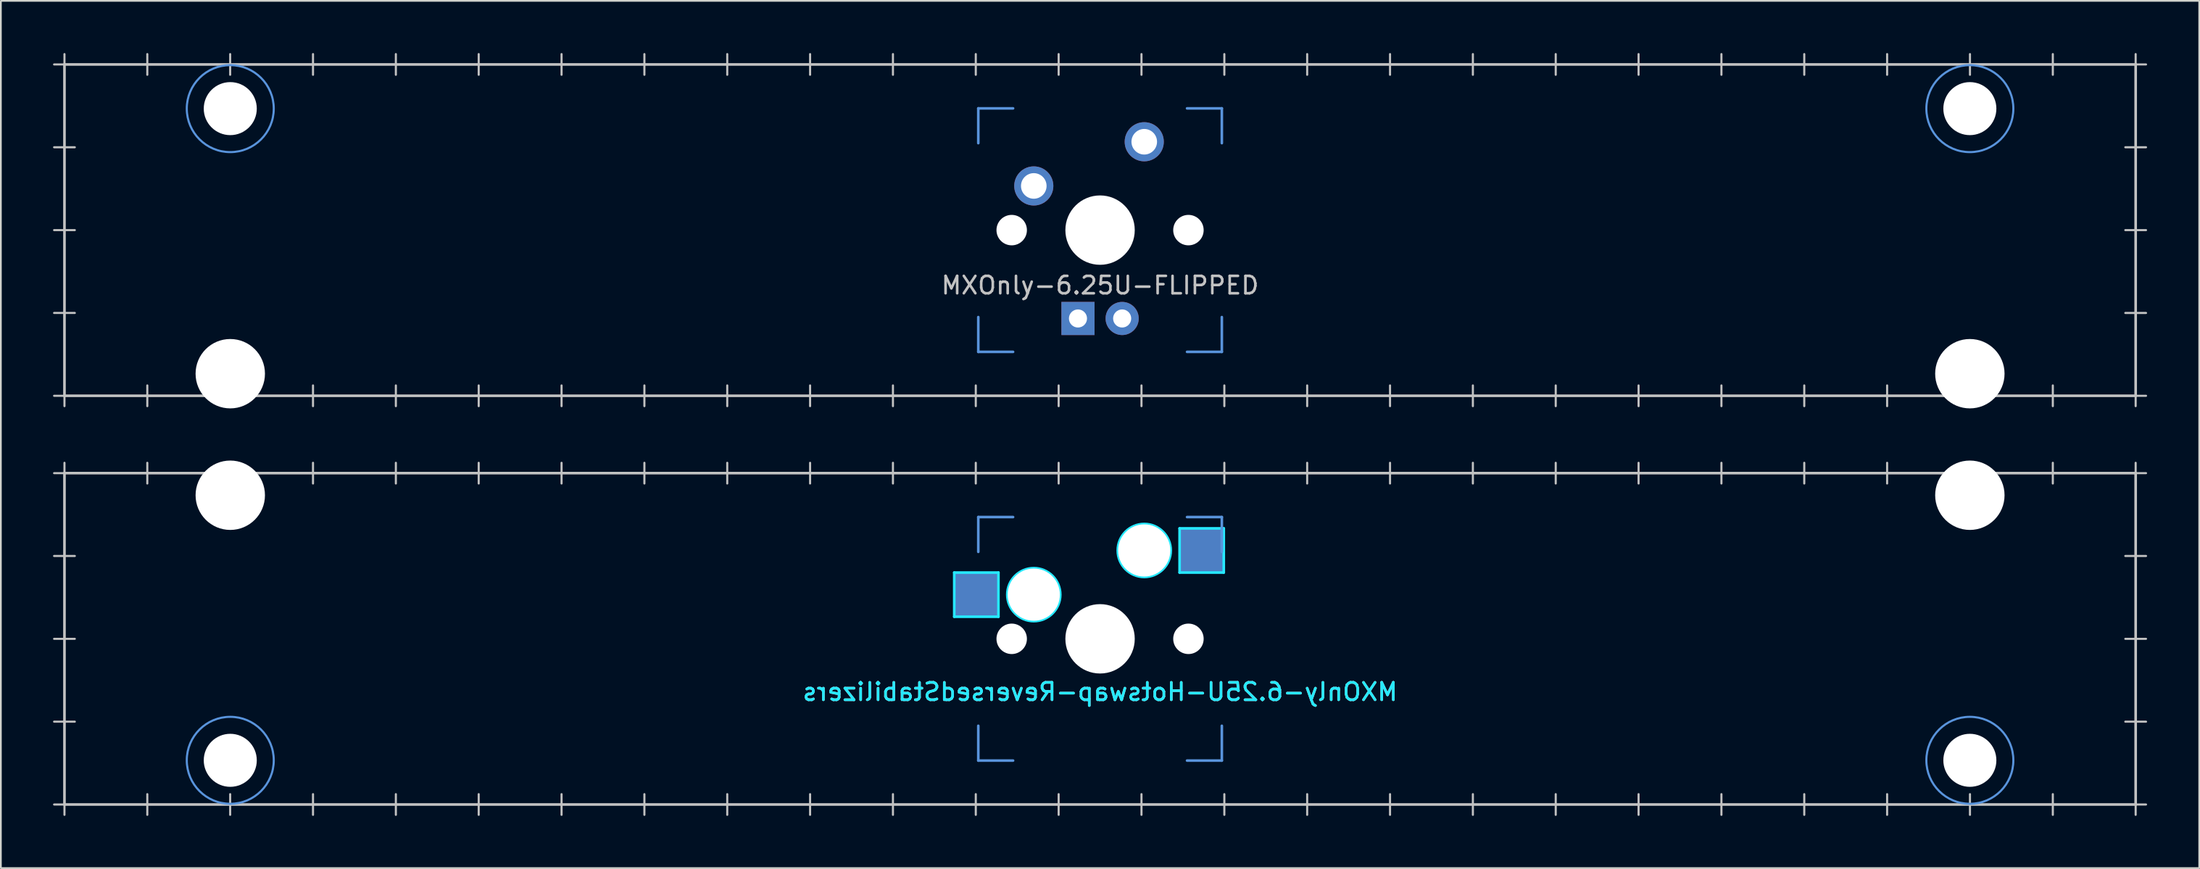
<source format=kicad_pcb>
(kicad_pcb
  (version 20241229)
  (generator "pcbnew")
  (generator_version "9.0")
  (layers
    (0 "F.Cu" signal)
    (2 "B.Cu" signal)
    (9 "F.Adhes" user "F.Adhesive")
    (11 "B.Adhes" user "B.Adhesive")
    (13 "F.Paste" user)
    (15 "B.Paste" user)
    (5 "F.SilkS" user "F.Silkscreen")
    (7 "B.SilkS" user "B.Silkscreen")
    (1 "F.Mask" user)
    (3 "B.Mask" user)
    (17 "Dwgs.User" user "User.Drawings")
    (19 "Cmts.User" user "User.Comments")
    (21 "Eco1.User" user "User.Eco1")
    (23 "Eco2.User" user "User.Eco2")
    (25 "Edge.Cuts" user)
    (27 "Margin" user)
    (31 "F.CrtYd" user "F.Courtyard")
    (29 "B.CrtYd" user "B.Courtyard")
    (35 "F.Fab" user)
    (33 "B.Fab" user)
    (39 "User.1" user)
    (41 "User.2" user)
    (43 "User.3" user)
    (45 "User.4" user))
  (footprint "MXOnly-6.25U-Hotswap-ReversedStabilizers"
    (layer "F.Cu")
    (at 60.187 33.678)
    (property "Reference" "MXOnly-6.25U-Hotswap-ReversedStabilizers" (at 0 3.048 0) (layer "B.CrtYd") (effects (font (size 1 1) (thickness 0.15)) (justify mirror)))
    (attr smd)
    (fp_line (start -60.127 -9.525) (end -59.531 -9.525) (stroke (width 0.12) (type solid)) (layer "Dwgs.User"))
    (fp_line (start -60.127 -0.000008) (end -58.936 -0.000008) (stroke (width 0.12) (type solid)) (layer "Dwgs.User"))
    (fp_line (start -60.127 4.762) (end -58.936 4.762) (stroke (width 0.12) (type solid)) (layer "Dwgs.User"))
    (fp_line (start -60.127 9.525) (end -59.531 9.525) (stroke (width 0.12) (type solid)) (layer "Dwgs.User"))
    (fp_line (start -59.531 10.12) (end -59.531 9.525) (stroke (width 0.12) (type solid)) (layer "Dwgs.User"))
    (fp_line (start -59.531 -10.12) (end -59.531 -9.525) (stroke (width 0.12) (type solid)) (layer "Dwgs.User"))
    (fp_line (start -59.531 -9.525) (end 59.531 -9.525) (stroke (width 0.15) (type solid)) (layer "Dwgs.User"))
    (fp_line (start -59.531 9.525) (end -59.531 -9.525) (stroke (width 0.15) (type solid)) (layer "Dwgs.User"))
    (fp_line (start -58.936 -4.763) (end -60.127 -4.763) (stroke (width 0.12) (type solid)) (layer "Dwgs.User"))
    (fp_line (start -54.769 8.93) (end -54.769 10.12) (stroke (width 0.12) (type solid)) (layer "Dwgs.User"))
    (fp_line (start -54.769 -10.12) (end -54.769 -8.93) (stroke (width 0.12) (type solid)) (layer "Dwgs.User"))
    (fp_line (start -50.006 8.93) (end -50.006 10.12) (stroke (width 0.12) (type solid)) (layer "Dwgs.User"))
    (fp_line (start -50.006 -10.12) (end -50.006 -8.93) (stroke (width 0.12) (type solid)) (layer "Dwgs.User"))
    (fp_line (start -45.244 10.12) (end -45.244 8.93) (stroke (width 0.12) (type solid)) (layer "Dwgs.User"))
    (fp_line (start -45.244 -8.93) (end -45.244 -10.12) (stroke (width 0.12) (type solid)) (layer "Dwgs.User"))
    (fp_line (start -40.481 8.93) (end -40.481 10.12) (stroke (width 0.12) (type solid)) (layer "Dwgs.User"))
    (fp_line (start -40.481 -10.12) (end -40.481 -8.93) (stroke (width 0.12) (type solid)) (layer "Dwgs.User"))
    (fp_line (start -35.719 10.12) (end -35.719 8.93) (stroke (width 0.12) (type solid)) (layer "Dwgs.User"))
    (fp_line (start -35.719 -8.93) (end -35.719 -10.12) (stroke (width 0.12) (type solid)) (layer "Dwgs.User"))
    (fp_line (start -30.956 8.93) (end -30.956 10.12) (stroke (width 0.12) (type solid)) (layer "Dwgs.User"))
    (fp_line (start -30.956 -10.12) (end -30.956 -8.93) (stroke (width 0.12) (type solid)) (layer "Dwgs.User"))
    (fp_line (start -26.194 10.12) (end -26.194 8.93) (stroke (width 0.12) (type solid)) (layer "Dwgs.User"))
    (fp_line (start -26.194 -8.93) (end -26.194 -10.12) (stroke (width 0.12) (type solid)) (layer "Dwgs.User"))
    (fp_line (start -21.431 8.93) (end -21.431 10.12) (stroke (width 0.12) (type solid)) (layer "Dwgs.User"))
    (fp_line (start -21.431 -10.12) (end -21.431 -8.93) (stroke (width 0.12) (type solid)) (layer "Dwgs.User"))
    (fp_line (start -16.669 10.12) (end -16.669 8.93) (stroke (width 0.12) (type solid)) (layer "Dwgs.User"))
    (fp_line (start -16.669 -8.93) (end -16.669 -10.12) (stroke (width 0.12) (type solid)) (layer "Dwgs.User"))
    (fp_line (start -11.906 8.93) (end -11.906 10.12) (stroke (width 0.12) (type solid)) (layer "Dwgs.User"))
    (fp_line (start -11.906 -10.12) (end -11.906 -8.93) (stroke (width 0.12) (type solid)) (layer "Dwgs.User"))
    (fp_line (start -7.144 10.12) (end -7.144 8.93) (stroke (width 0.12) (type solid)) (layer "Dwgs.User"))
    (fp_line (start -7.144 -8.93) (end -7.144 -10.12) (stroke (width 0.12) (type solid)) (layer "Dwgs.User"))
    (fp_line (start -2.381 -8.93) (end -2.381 -10.12) (stroke (width 0.12) (type solid)) (layer "Dwgs.User"))
    (fp_line (start -2.381 10.12) (end -2.381 8.93) (stroke (width 0.12) (type solid)) (layer "Dwgs.User"))
    (fp_line (start 2.381 -10.12) (end 2.381 -8.93) (stroke (width 0.12) (type solid)) (layer "Dwgs.User"))
    (fp_line (start 2.381 8.93) (end 2.381 10.12) (stroke (width 0.12) (type solid)) (layer "Dwgs.User"))
    (fp_line (start 7.144 -8.93) (end 7.144 -10.12) (stroke (width 0.12) (type solid)) (layer "Dwgs.User"))
    (fp_line (start 7.144 10.12) (end 7.144 8.93) (stroke (width 0.12) (type solid)) (layer "Dwgs.User"))
    (fp_line (start 11.906 -10.12) (end 11.906 -8.93) (stroke (width 0.12) (type solid)) (layer "Dwgs.User"))
    (fp_line (start 11.906 8.93) (end 11.906 10.12) (stroke (width 0.12) (type solid)) (layer "Dwgs.User"))
    (fp_line (start 16.669 -8.93) (end 16.669 -10.12) (stroke (width 0.12) (type solid)) (layer "Dwgs.User"))
    (fp_line (start 16.669 10.12) (end 16.669 8.93) (stroke (width 0.12) (type solid)) (layer "Dwgs.User"))
    (fp_line (start 21.431 -10.12) (end 21.431 -8.93) (stroke (width 0.12) (type solid)) (layer "Dwgs.User"))
    (fp_line (start 21.431 8.93) (end 21.431 10.12) (stroke (width 0.12) (type solid)) (layer "Dwgs.User"))
    (fp_line (start 26.194 -8.93) (end 26.194 -10.12) (stroke (width 0.12) (type solid)) (layer "Dwgs.User"))
    (fp_line (start 26.194 10.12) (end 26.194 8.93) (stroke (width 0.12) (type solid)) (layer "Dwgs.User"))
    (fp_line (start 30.956 -10.12) (end 30.956 -8.93) (stroke (width 0.12) (type solid)) (layer "Dwgs.User"))
    (fp_line (start 30.956 8.93) (end 30.956 10.12) (stroke (width 0.12) (type solid)) (layer "Dwgs.User"))
    (fp_line (start 35.719 -8.93) (end 35.719 -10.12) (stroke (width 0.12) (type solid)) (layer "Dwgs.User"))
    (fp_line (start 35.719 10.12) (end 35.719 8.93) (stroke (width 0.12) (type solid)) (layer "Dwgs.User"))
    (fp_line (start 40.481 -10.12) (end 40.481 -8.93) (stroke (width 0.12) (type solid)) (layer "Dwgs.User"))
    (fp_line (start 40.481 8.93) (end 40.481 10.12) (stroke (width 0.12) (type solid)) (layer "Dwgs.User"))
    (fp_line (start 45.244 -8.93) (end 45.244 -10.12) (stroke (width 0.12) (type solid)) (layer "Dwgs.User"))
    (fp_line (start 45.244 10.12) (end 45.244 8.93) (stroke (width 0.12) (type solid)) (layer "Dwgs.User"))
    (fp_line (start 50.006 -10.12) (end 50.006 -8.93) (stroke (width 0.12) (type solid)) (layer "Dwgs.User"))
    (fp_line (start 50.006 8.93) (end 50.006 10.12) (stroke (width 0.12) (type solid)) (layer "Dwgs.User"))
    (fp_line (start 54.769 -8.93) (end 54.769 -10.12) (stroke (width 0.12) (type solid)) (layer "Dwgs.User"))
    (fp_line (start 54.769 10.12) (end 54.769 8.93) (stroke (width 0.12) (type solid)) (layer "Dwgs.User"))
    (fp_line (start 58.936 4.763) (end 60.127 4.763) (stroke (width 0.12) (type solid)) (layer "Dwgs.User"))
    (fp_line (start 59.531 -9.525) (end 59.531 9.525) (stroke (width 0.15) (type solid)) (layer "Dwgs.User"))
    (fp_line (start 59.531 9.525) (end -59.531 9.525) (stroke (width 0.15) (type solid)) (layer "Dwgs.User"))
    (fp_line (start 59.531 10.12) (end 59.531 9.525) (stroke (width 0.12) (type solid)) (layer "Dwgs.User"))
    (fp_line (start 59.531 -10.12) (end 59.531 -9.525) (stroke (width 0.12) (type solid)) (layer "Dwgs.User"))
    (fp_line (start 60.127 -9.525) (end 59.531 -9.525) (stroke (width 0.12) (type solid)) (layer "Dwgs.User"))
    (fp_line (start 60.127 -4.763) (end 58.936 -4.763) (stroke (width 0.12) (type solid)) (layer "Dwgs.User"))
    (fp_line (start 60.127 0) (end 58.936 0) (stroke (width 0.12) (type solid)) (layer "Dwgs.User"))
    (fp_line (start 60.127 9.525) (end 59.531 9.525) (stroke (width 0.12) (type solid)) (layer "Dwgs.User"))
    (fp_line (start -7 -7) (end -7 -5) (stroke (width 0.15) (type solid)) (layer "Cmts.User"))
    (fp_line (start -7 7) (end -7 5) (stroke (width 0.15) (type solid)) (layer "Cmts.User"))
    (fp_line (start -5 -7) (end -7 -7) (stroke (width 0.15) (type solid)) (layer "Cmts.User"))
    (fp_line (start -5 7) (end -7 7) (stroke (width 0.15) (type solid)) (layer "Cmts.User"))
    (fp_line (start 5 -7) (end 7 -7) (stroke (width 0.15) (type solid)) (layer "Cmts.User"))
    (fp_line (start 7 -7) (end 7 -5) (stroke (width 0.15) (type solid)) (layer "Cmts.User"))
    (fp_line (start 7 5) (end 7 7) (stroke (width 0.15) (type solid)) (layer "Cmts.User"))
    (fp_line (start 7 7) (end 5 7) (stroke (width 0.15) (type solid)) (layer "Cmts.User"))
    (fp_circle (center -50 6.985) (end -52.5 6.985) (stroke (width 0.12) (type solid)) (fill no) (layer "Cmts.User"))
    (fp_circle (center 50 6.985) (end 47.5 6.985) (stroke (width 0.12) (type solid)) (fill no) (layer "Cmts.User"))
    (fp_line (start -8.382 -3.81) (end -5.842 -3.81) (stroke (width 0.15) (type solid)) (layer "B.CrtYd"))
    (fp_line (start -8.382 -1.27) (end -8.382 -3.81) (stroke (width 0.15) (type solid)) (layer "B.CrtYd"))
    (fp_line (start -5.842 -3.81) (end -5.842 -1.27) (stroke (width 0.15) (type solid)) (layer "B.CrtYd"))
    (fp_line (start -5.842 -1.27) (end -8.382 -1.27) (stroke (width 0.15) (type solid)) (layer "B.CrtYd"))
    (fp_line (start 4.572 -6.35) (end 7.112 -6.35) (stroke (width 0.15) (type solid)) (layer "B.CrtYd"))
    (fp_line (start 4.572 -3.81) (end 4.572 -6.35) (stroke (width 0.15) (type solid)) (layer "B.CrtYd"))
    (fp_line (start 7.112 -6.35) (end 7.112 -3.81) (stroke (width 0.15) (type solid)) (layer "B.CrtYd"))
    (fp_line (start 7.112 -3.81) (end 4.572 -3.81) (stroke (width 0.15) (type solid)) (layer "B.CrtYd"))
    (fp_circle (center -3.81 -2.54) (end -3.81 -4.064) (stroke (width 0.15) (type solid)) (fill no) (layer "B.CrtYd"))
    (fp_circle (center 2.54 -5.08) (end 2.54 -6.604) (stroke (width 0.15) (type solid)) (fill no) (layer "B.CrtYd"))
    (fp_text user "${REFERENCE}" (at 0 3.048 0) (layer "B.SilkS") (effects (font (size 1 1) (thickness 0.15)) (justify mirror)))
    (pad "" np_thru_hole circle (at -50 -8.255) (size 3.988 3.988) (drill 3.988) (layers "*.Cu" "*.Mask"))
    (pad "" np_thru_hole circle (at -50 6.985) (size 3.048 3.048) (drill 3.048) (layers "*.Cu" "*.Mask"))
    (pad "" np_thru_hole circle (at -5.08 0 48.1) (size 1.75 1.75) (drill 1.75) (layers "*.Cu" "*.Mask"))
    (pad "" np_thru_hole circle (at -3.81 -2.54) (size 3 3) (drill 3) (layers "*.Cu" "*.Mask"))
    (pad "" np_thru_hole circle (at 0 0) (size 3.988 3.988) (drill 3.988) (layers "*.Cu" "*.Mask"))
    (pad "" np_thru_hole circle (at 2.54 -5.08) (size 3 3) (drill 3) (layers "*.Cu" "*.Mask"))
    (pad "" np_thru_hole circle (at 5.08 0 48.1) (size 1.75 1.75) (drill 1.75) (layers "*.Cu" "*.Mask"))
    (pad "" np_thru_hole circle (at 50 -8.255) (size 3.988 3.988) (drill 3.988) (layers "*.Cu" "*.Mask"))
    (pad "" np_thru_hole circle (at 50 6.985) (size 3.048 3.048) (drill 3.048) (layers "*.Cu" "*.Mask"))
    (pad "1" smd rect (at -7.085 -2.54) (size 2.55 2.5) (layers "B.Cu" "B.Mask" "B.Paste"))
    (pad "2" smd rect (at 5.842 -5.08) (size 2.55 2.5) (layers "B.Cu" "B.Mask" "B.Paste")))
  (footprint "MXOnly-6.25U-FLIPPED"
    (layer "F.Cu")
    (at 60.187 10.18)
    (property "Reference" "MXOnly-6.25U-FLIPPED" (at 0 3.175 0) (layer "Dwgs.User") (effects (font (size 1 1) (thickness 0.15))))
    (attr through_hole)
    (fp_line (start -60.127 -9.525) (end -59.531 -9.525) (stroke (width 0.12) (type solid)) (layer "Dwgs.User"))
    (fp_line (start -60.127 -0.000008) (end -58.936 -0.000008) (stroke (width 0.12) (type solid)) (layer "Dwgs.User"))
    (fp_line (start -60.127 4.762) (end -58.936 4.762) (stroke (width 0.12) (type solid)) (layer "Dwgs.User"))
    (fp_line (start -60.127 9.525) (end -59.531 9.525) (stroke (width 0.12) (type solid)) (layer "Dwgs.User"))
    (fp_line (start -59.531 10.12) (end -59.531 9.525) (stroke (width 0.12) (type solid)) (layer "Dwgs.User"))
    (fp_line (start -59.531 -10.12) (end -59.531 -9.525) (stroke (width 0.12) (type solid)) (layer "Dwgs.User"))
    (fp_line (start -59.531 -9.525) (end 59.531 -9.525) (stroke (width 0.15) (type solid)) (layer "Dwgs.User"))
    (fp_line (start -59.531 9.525) (end -59.531 -9.525) (stroke (width 0.15) (type solid)) (layer "Dwgs.User"))
    (fp_line (start -59.531 9.525) (end 59.531 9.525) (stroke (width 0.15) (type solid)) (layer "Dwgs.User"))
    (fp_line (start -58.936 -4.763) (end -60.127 -4.763) (stroke (width 0.12) (type solid)) (layer "Dwgs.User"))
    (fp_line (start -54.769 8.93) (end -54.769 10.12) (stroke (width 0.12) (type solid)) (layer "Dwgs.User"))
    (fp_line (start -54.769 -10.12) (end -54.769 -8.93) (stroke (width 0.12) (type solid)) (layer "Dwgs.User"))
    (fp_line (start -50.006 8.93) (end -50.006 10.12) (stroke (width 0.12) (type solid)) (layer "Dwgs.User"))
    (fp_line (start -50.006 -10.12) (end -50.006 -8.93) (stroke (width 0.12) (type solid)) (layer "Dwgs.User"))
    (fp_line (start -45.244 10.12) (end -45.244 8.93) (stroke (width 0.12) (type solid)) (layer "Dwgs.User"))
    (fp_line (start -45.244 -8.93) (end -45.244 -10.12) (stroke (width 0.12) (type solid)) (layer "Dwgs.User"))
    (fp_line (start -40.481 8.93) (end -40.481 10.12) (stroke (width 0.12) (type solid)) (layer "Dwgs.User"))
    (fp_line (start -40.481 -10.12) (end -40.481 -8.93) (stroke (width 0.12) (type solid)) (layer "Dwgs.User"))
    (fp_line (start -35.719 10.12) (end -35.719 8.93) (stroke (width 0.12) (type solid)) (layer "Dwgs.User"))
    (fp_line (start -35.719 -8.93) (end -35.719 -10.12) (stroke (width 0.12) (type solid)) (layer "Dwgs.User"))
    (fp_line (start -30.956 8.93) (end -30.956 10.12) (stroke (width 0.12) (type solid)) (layer "Dwgs.User"))
    (fp_line (start -30.956 -10.12) (end -30.956 -8.93) (stroke (width 0.12) (type solid)) (layer "Dwgs.User"))
    (fp_line (start -26.194 10.12) (end -26.194 8.93) (stroke (width 0.12) (type solid)) (layer "Dwgs.User"))
    (fp_line (start -26.194 -8.93) (end -26.194 -10.12) (stroke (width 0.12) (type solid)) (layer "Dwgs.User"))
    (fp_line (start -21.431 8.93) (end -21.431 10.12) (stroke (width 0.12) (type solid)) (layer "Dwgs.User"))
    (fp_line (start -21.431 -10.12) (end -21.431 -8.93) (stroke (width 0.12) (type solid)) (layer "Dwgs.User"))
    (fp_line (start -16.669 10.12) (end -16.669 8.93) (stroke (width 0.12) (type solid)) (layer "Dwgs.User"))
    (fp_line (start -16.669 -8.93) (end -16.669 -10.12) (stroke (width 0.12) (type solid)) (layer "Dwgs.User"))
    (fp_line (start -11.906 8.93) (end -11.906 10.12) (stroke (width 0.12) (type solid)) (layer "Dwgs.User"))
    (fp_line (start -11.906 -10.12) (end -11.906 -8.93) (stroke (width 0.12) (type solid)) (layer "Dwgs.User"))
    (fp_line (start -7.144 10.12) (end -7.144 8.93) (stroke (width 0.12) (type solid)) (layer "Dwgs.User"))
    (fp_line (start -7.144 -8.93) (end -7.144 -10.12) (stroke (width 0.12) (type solid)) (layer "Dwgs.User"))
    (fp_line (start -2.381 -8.93) (end -2.381 -10.12) (stroke (width 0.12) (type solid)) (layer "Dwgs.User"))
    (fp_line (start -2.381 10.12) (end -2.381 8.93) (stroke (width 0.12) (type solid)) (layer "Dwgs.User"))
    (fp_line (start 2.381 -10.12) (end 2.381 -8.93) (stroke (width 0.12) (type solid)) (layer "Dwgs.User"))
    (fp_line (start 2.381 8.93) (end 2.381 10.12) (stroke (width 0.12) (type solid)) (layer "Dwgs.User"))
    (fp_line (start 7.144 -8.93) (end 7.144 -10.12) (stroke (width 0.12) (type solid)) (layer "Dwgs.User"))
    (fp_line (start 7.144 10.12) (end 7.144 8.93) (stroke (width 0.12) (type solid)) (layer "Dwgs.User"))
    (fp_line (start 11.906 -10.12) (end 11.906 -8.93) (stroke (width 0.12) (type solid)) (layer "Dwgs.User"))
    (fp_line (start 11.906 8.93) (end 11.906 10.12) (stroke (width 0.12) (type solid)) (layer "Dwgs.User"))
    (fp_line (start 16.669 -8.93) (end 16.669 -10.12) (stroke (width 0.12) (type solid)) (layer "Dwgs.User"))
    (fp_line (start 16.669 10.12) (end 16.669 8.93) (stroke (width 0.12) (type solid)) (layer "Dwgs.User"))
    (fp_line (start 21.431 -10.12) (end 21.431 -8.93) (stroke (width 0.12) (type solid)) (layer "Dwgs.User"))
    (fp_line (start 21.431 8.93) (end 21.431 10.12) (stroke (width 0.12) (type solid)) (layer "Dwgs.User"))
    (fp_line (start 26.194 -8.93) (end 26.194 -10.12) (stroke (width 0.12) (type solid)) (layer "Dwgs.User"))
    (fp_line (start 26.194 10.12) (end 26.194 8.93) (stroke (width 0.12) (type solid)) (layer "Dwgs.User"))
    (fp_line (start 30.956 -10.12) (end 30.956 -8.93) (stroke (width 0.12) (type solid)) (layer "Dwgs.User"))
    (fp_line (start 30.956 8.93) (end 30.956 10.12) (stroke (width 0.12) (type solid)) (layer "Dwgs.User"))
    (fp_line (start 35.719 -8.93) (end 35.719 -10.12) (stroke (width 0.12) (type solid)) (layer "Dwgs.User"))
    (fp_line (start 35.719 10.12) (end 35.719 8.93) (stroke (width 0.12) (type solid)) (layer "Dwgs.User"))
    (fp_line (start 40.481 -10.12) (end 40.481 -8.93) (stroke (width 0.12) (type solid)) (layer "Dwgs.User"))
    (fp_line (start 40.481 8.93) (end 40.481 10.12) (stroke (width 0.12) (type solid)) (layer "Dwgs.User"))
    (fp_line (start 45.244 -8.93) (end 45.244 -10.12) (stroke (width 0.12) (type solid)) (layer "Dwgs.User"))
    (fp_line (start 45.244 10.12) (end 45.244 8.93) (stroke (width 0.12) (type solid)) (layer "Dwgs.User"))
    (fp_line (start 50.006 -10.12) (end 50.006 -8.93) (stroke (width 0.12) (type solid)) (layer "Dwgs.User"))
    (fp_line (start 50.006 8.93) (end 50.006 10.12) (stroke (width 0.12) (type solid)) (layer "Dwgs.User"))
    (fp_line (start 54.769 -8.93) (end 54.769 -10.12) (stroke (width 0.12) (type solid)) (layer "Dwgs.User"))
    (fp_line (start 54.769 10.12) (end 54.769 8.93) (stroke (width 0.12) (type solid)) (layer "Dwgs.User"))
    (fp_line (start 58.936 4.763) (end 60.127 4.763) (stroke (width 0.12) (type solid)) (layer "Dwgs.User"))
    (fp_line (start 59.531 -9.525) (end 59.531 9.525) (stroke (width 0.15) (type solid)) (layer "Dwgs.User"))
    (fp_line (start 59.531 10.12) (end 59.531 9.525) (stroke (width 0.12) (type solid)) (layer "Dwgs.User"))
    (fp_line (start 59.531 -10.12) (end 59.531 -9.525) (stroke (width 0.12) (type solid)) (layer "Dwgs.User"))
    (fp_line (start 60.127 -9.525) (end 59.531 -9.525) (stroke (width 0.12) (type solid)) (layer "Dwgs.User"))
    (fp_line (start 60.127 -4.763) (end 58.936 -4.763) (stroke (width 0.12) (type solid)) (layer "Dwgs.User"))
    (fp_line (start 60.127 0) (end 58.936 0) (stroke (width 0.12) (type solid)) (layer "Dwgs.User"))
    (fp_line (start 60.127 9.525) (end 59.531 9.525) (stroke (width 0.12) (type solid)) (layer "Dwgs.User"))
    (fp_line (start -7 -7) (end -7 -5) (stroke (width 0.15) (type solid)) (layer "Cmts.User"))
    (fp_line (start -7 7) (end -7 5) (stroke (width 0.15) (type solid)) (layer "Cmts.User"))
    (fp_line (start -5 -7) (end -7 -7) (stroke (width 0.15) (type solid)) (layer "Cmts.User"))
    (fp_line (start -5 7) (end -7 7) (stroke (width 0.15) (type solid)) (layer "Cmts.User"))
    (fp_line (start 5 -7) (end 7 -7) (stroke (width 0.15) (type solid)) (layer "Cmts.User"))
    (fp_line (start 7 -7) (end 7 -5) (stroke (width 0.15) (type solid)) (layer "Cmts.User"))
    (fp_line (start 7 5) (end 7 7) (stroke (width 0.15) (type solid)) (layer "Cmts.User"))
    (fp_line (start 7 7) (end 5 7) (stroke (width 0.15) (type solid)) (layer "Cmts.User"))
    (fp_circle (center -50 -6.985) (end -47.5 -6.985) (stroke (width 0.12) (type solid)) (fill no) (layer "Cmts.User"))
    (fp_circle (center 50 -6.985) (end 52.5 -6.985) (stroke (width 0.12) (type solid)) (fill no) (layer "Cmts.User"))
    (pad "" np_thru_hole circle (at -50 -6.985) (size 3.048 3.048) (drill 3.048) (layers "*.Cu" "*.Mask"))
    (pad "" np_thru_hole circle (at -50 8.255) (size 3.988 3.988) (drill 3.988) (layers "*.Cu" "*.Mask"))
    (pad "" np_thru_hole circle (at -5.08 0 48.1) (size 1.75 1.75) (drill 1.75) (layers "*.Cu" "*.Mask"))
    (pad "" np_thru_hole circle (at 0 0) (size 3.988 3.988) (drill 3.988) (layers "*.Cu" "*.Mask"))
    (pad "" np_thru_hole circle (at 5.08 0 48.1) (size 1.75 1.75) (drill 1.75) (layers "*.Cu" "*.Mask"))
    (pad "" np_thru_hole circle (at 50 -6.985) (size 3.048 3.048) (drill 3.048) (layers "*.Cu" "*.Mask"))
    (pad "" np_thru_hole circle (at 50 8.255) (size 3.988 3.988) (drill 3.988) (layers "*.Cu" "*.Mask"))
    (pad "1" thru_hole circle (at -3.81 -2.54) (size 2.25 2.25) (drill 1.47) (layers "*.Cu" "B.Mask"))
    (pad "2" thru_hole circle (at 2.54 -5.08) (size 2.25 2.25) (drill 1.47) (layers "*.Cu" "B.Mask"))
    (pad "3" thru_hole circle (at 1.27 5.08) (size 1.905 1.905) (drill 1.04) (layers "*.Cu" "B.Mask"))
    (pad "4" thru_hole rect (at -1.27 5.08) (size 1.905 1.905) (drill 1.04) (layers "*.Cu" "B.Mask")))
  (gr_rect
    (start -3 -3)
    (end 123.373 46.858)
    (stroke (width 0.1) (type default))
    (fill no)
    (layer "Edge.Cuts")))
</source>
